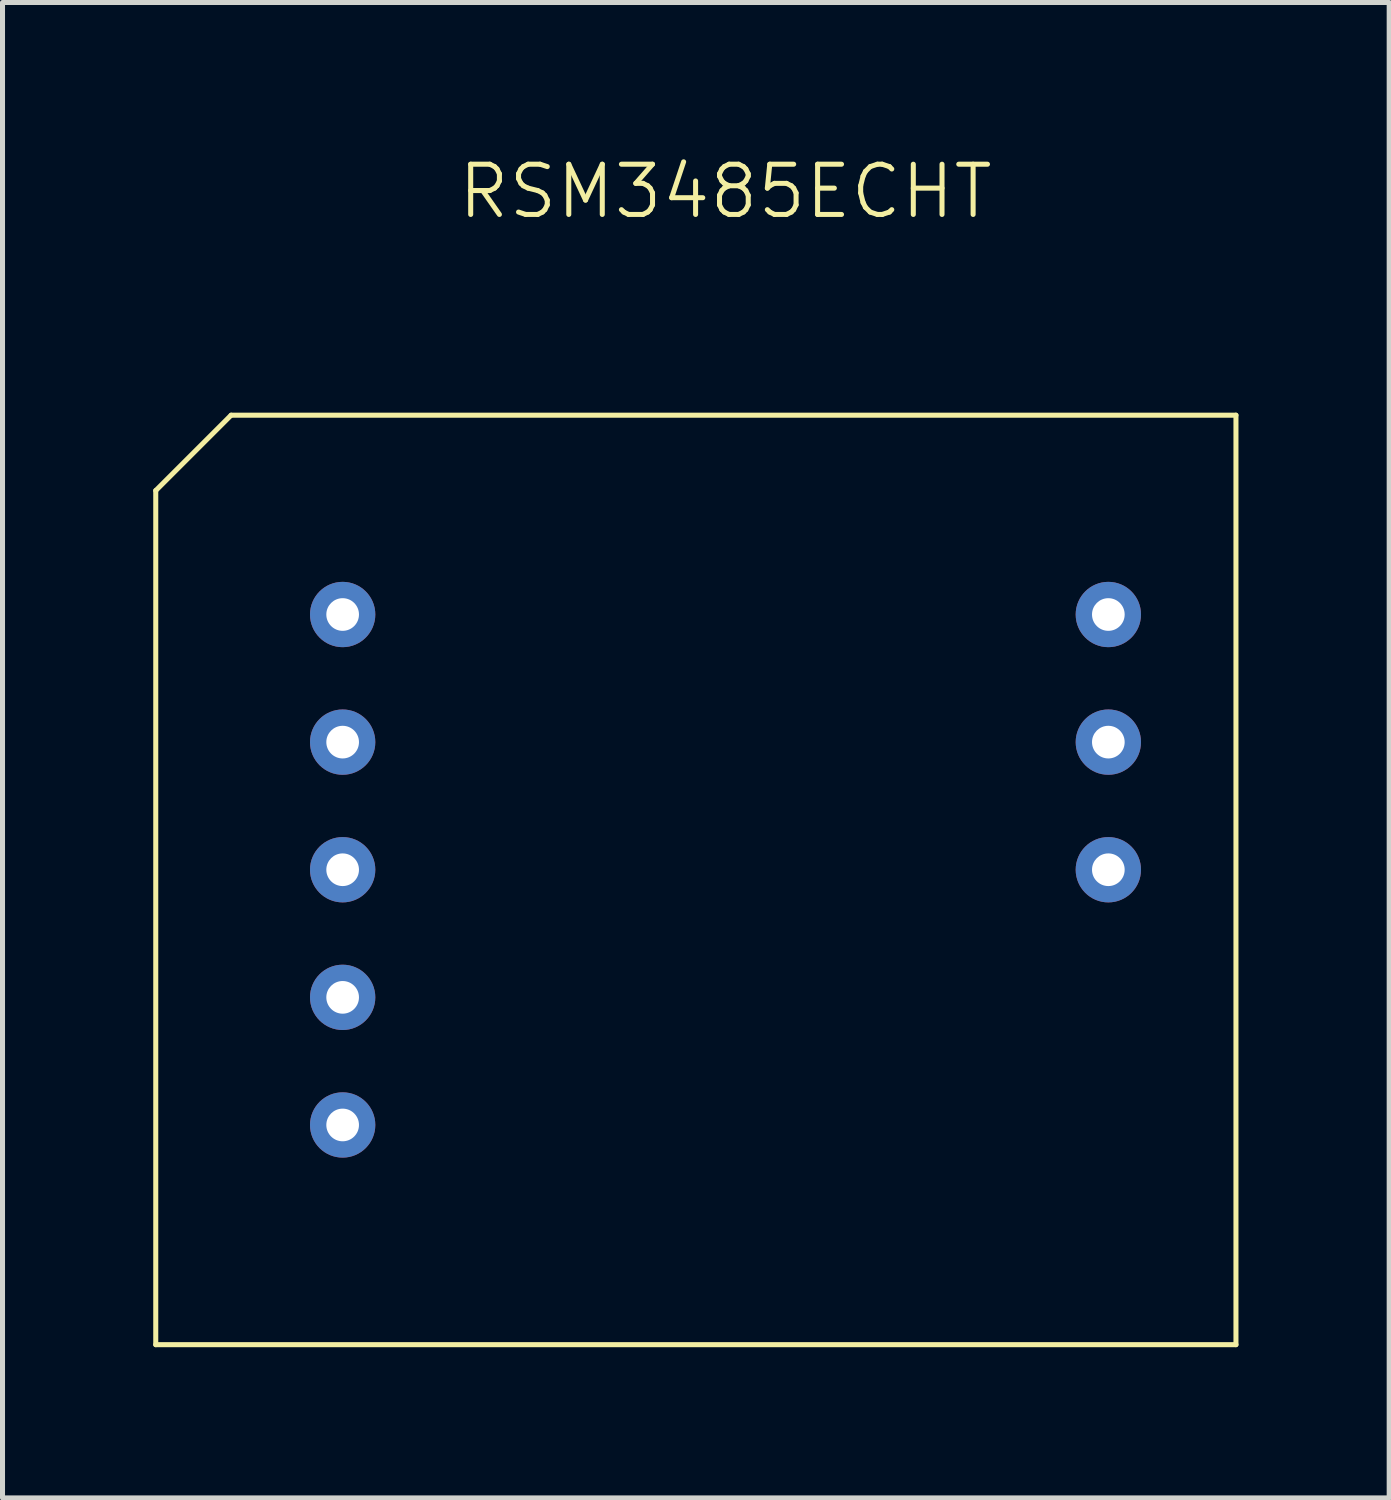
<source format=kicad_pcb>
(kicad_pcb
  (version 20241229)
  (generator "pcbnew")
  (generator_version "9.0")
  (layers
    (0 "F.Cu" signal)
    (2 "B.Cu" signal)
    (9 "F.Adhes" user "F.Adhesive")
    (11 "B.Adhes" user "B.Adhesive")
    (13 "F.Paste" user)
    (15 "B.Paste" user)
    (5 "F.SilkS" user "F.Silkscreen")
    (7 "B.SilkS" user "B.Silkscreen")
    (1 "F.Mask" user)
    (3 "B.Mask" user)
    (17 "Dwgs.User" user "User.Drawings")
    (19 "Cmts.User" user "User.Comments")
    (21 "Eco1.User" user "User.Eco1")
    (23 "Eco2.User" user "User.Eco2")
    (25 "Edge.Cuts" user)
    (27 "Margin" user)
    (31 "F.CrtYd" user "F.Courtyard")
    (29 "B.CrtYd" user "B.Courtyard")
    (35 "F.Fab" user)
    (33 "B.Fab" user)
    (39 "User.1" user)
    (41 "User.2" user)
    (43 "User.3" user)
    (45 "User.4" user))
  (footprint "RSM3485ECHT"
    (layer "F.Cu")
    (at 11.39 14.261)
    (property "Reference" "RSM3485ECHT" (at 0 -13.5 0) (unlocked yes) (layer "F.SilkS") (effects (font (size 1 1) (thickness 0.1))))
    (attr smd)
    (fp_line (start -11.34 -7.547) (end -11.34 9.453) (stroke (width 0.1) (type default)) (layer "F.SilkS"))
    (fp_line (start -11.34 9.453) (end 10.16 9.453) (stroke (width 0.1) (type default)) (layer "F.SilkS"))
    (fp_line (start -9.84 -9.047) (end -11.34 -7.547) (stroke (width 0.1) (type default)) (layer "F.SilkS"))
    (fp_line (start 10.16 -9.047) (end -9.84 -9.047) (stroke (width 0.1) (type default)) (layer "F.SilkS"))
    (fp_line (start 10.16 9.453) (end 10.16 -9.047) (stroke (width 0.1) (type default)) (layer "F.SilkS"))
    (pad "1" thru_hole circle (at -7.62 -5.08) (size 1.3 1.3) (drill 0.65) (layers "*.Cu" "*.Mask"))
    (pad "2" thru_hole circle (at -7.62 -2.54) (size 1.3 1.3) (drill 0.65) (layers "*.Cu" "*.Mask"))
    (pad "3" thru_hole circle (at -7.62 0) (size 1.3 1.3) (drill 0.65) (layers "*.Cu" "*.Mask"))
    (pad "4" thru_hole circle (at -7.62 2.54) (size 1.3 1.3) (drill 0.65) (layers "*.Cu" "*.Mask"))
    (pad "5" thru_hole circle (at -7.62 5.08) (size 1.3 1.3) (drill 0.65) (layers "*.Cu" "*.Mask"))
    (pad "8" thru_hole circle (at 7.62 0) (size 1.3 1.3) (drill 0.65) (layers "*.Cu" "*.Mask"))
    (pad "9" thru_hole circle (at 7.62 -2.54) (size 1.3 1.3) (drill 0.65) (layers "*.Cu" "*.Mask"))
    (pad "10" thru_hole circle (at 7.62 -5.08) (size 1.3 1.3) (drill 0.65) (layers "*.Cu" "*.Mask")))
  (gr_rect
    (start -3 -3)
    (end 24.6 26.764)
    (stroke (width 0.1) (type default))
    (fill no)
    (layer "Edge.Cuts")))
</source>
